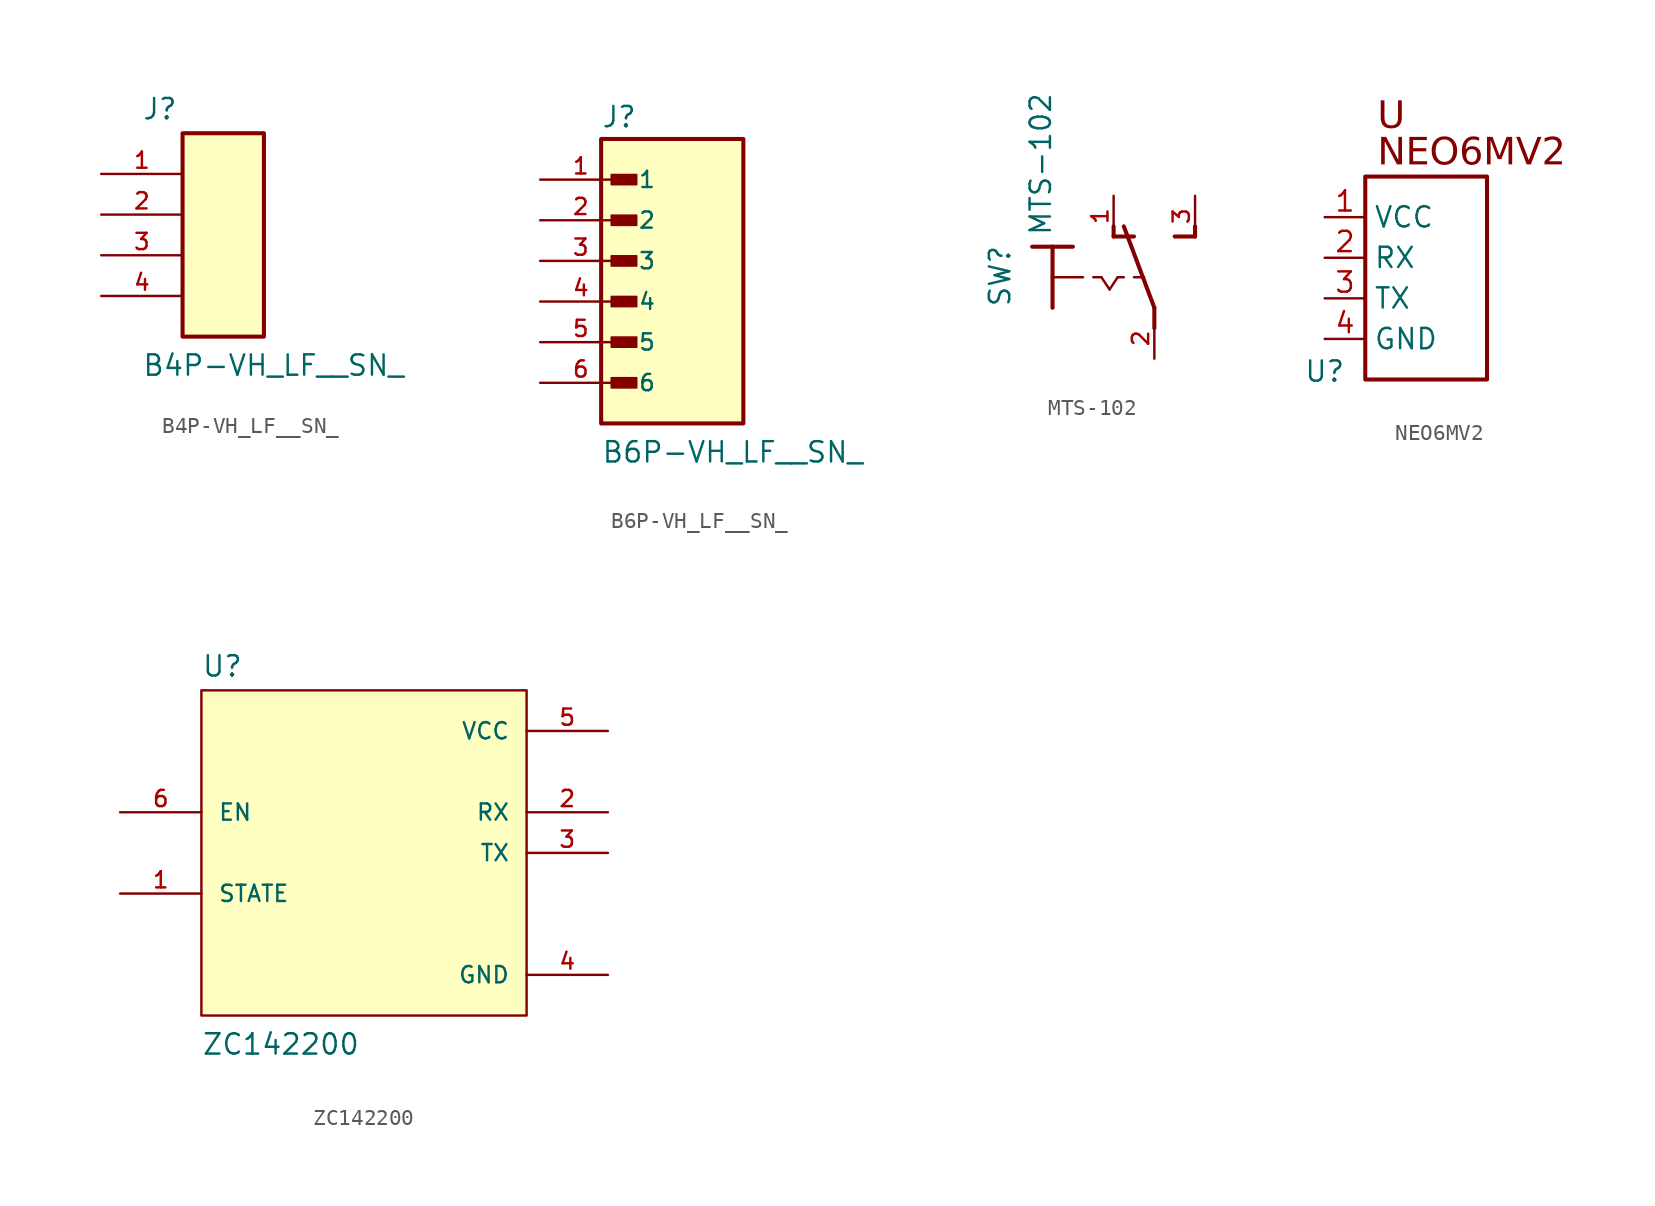
<source format=kicad_sym>
(kicad_symbol_lib
  (version 20231120)
  (generator "kicad_symbol_editor")
  (generator_version "8.0")
  (symbol "B4P-VH_LF__SN_"
    (pin_names
      (offset 1.016))
    (property "Reference" "J"
      (at -5.083 5.852 0)
      (effects (font (size 1.27 1.27)) (justify left bottom)))
    (property "Value" "B4P-VH_LF__SN_"
      (at -5.085 -10.16 0)
      (effects (font (size 1.27 1.27)) (justify left bottom)))
    (symbol "B4P-VH_LF__SN__0_0"
      (rectangle (start -2.54 5.08) (end 2.54 -7.62) (stroke (width 0.254) (type default)) (fill (type background)))
      (pin passive line (at -7.62 2.54 0) (length 5.08) (name "~" (effects (font (size 1.016 1.016)))) (number "1" (effects (font (size 1.016 1.016)))))
      (pin passive line (at -7.62 0 0) (length 5.08) (name "~" (effects (font (size 1.016 1.016)))) (number "2" (effects (font (size 1.016 1.016)))))
      (pin passive line (at -7.62 -2.54 0) (length 5.08) (name "~" (effects (font (size 1.016 1.016)))) (number "3" (effects (font (size 1.016 1.016)))))
      (pin passive line (at -7.62 -5.08 0) (length 5.08) (name "~" (effects (font (size 1.016 1.016)))) (number "4" (effects (font (size 1.016 1.016)))))))
  (symbol "B6P-VH_LF__SN_"
    (pin_names
      (offset 1.016))
    (property "Reference" "J"
      (at -3.81 8.255 0)
      (effects (font (size 1.27 1.27)) (justify left bottom)))
    (property "Value" "B6P-VH_LF__SN_"
      (at -3.81 -12.7 0)
      (effects (font (size 1.27 1.27)) (justify left bottom)))
    (symbol "B6P-VH_LF__SN__0_0"
      (rectangle (start -3.81 -10.16) (end 5.08 7.62) (stroke (width 0.254) (type default)) (fill (type background)))
      (rectangle (start -3.175 -7.938) (end -1.587 -7.303) (stroke (width 0.1) (type default)) (fill (type outline)))
      (rectangle (start -3.175 -5.397) (end -1.587 -4.763) (stroke (width 0.1) (type default)) (fill (type outline)))
      (rectangle (start -3.175 -2.857) (end -1.587 -2.223) (stroke (width 0.1) (type default)) (fill (type outline)))
      (rectangle (start -3.175 -0.318) (end -1.587 0.318) (stroke (width 0.1) (type default)) (fill (type outline)))
      (rectangle (start -3.175 2.223) (end -1.587 2.857) (stroke (width 0.1) (type default)) (fill (type outline)))
      (rectangle (start -3.175 4.763) (end -1.587 5.397) (stroke (width 0.1) (type default)) (fill (type outline)))
      (pin passive line (at -7.62 5.08 0) (length 5.08) (name "1" (effects (font (size 1.016 1.016)))) (number "1" (effects (font (size 1.016 1.016)))))
      (pin passive line (at -7.62 2.54 0) (length 5.08) (name "2" (effects (font (size 1.016 1.016)))) (number "2" (effects (font (size 1.016 1.016)))))
      (pin passive line (at -7.62 0 0) (length 5.08) (name "3" (effects (font (size 1.016 1.016)))) (number "3" (effects (font (size 1.016 1.016)))))
      (pin passive line (at -7.62 -2.54 0) (length 5.08) (name "4" (effects (font (size 1.016 1.016)))) (number "4" (effects (font (size 1.016 1.016)))))
      (pin passive line (at -7.62 -5.08 0) (length 5.08) (name "5" (effects (font (size 1.016 1.016)))) (number "5" (effects (font (size 1.016 1.016)))))
      (pin passive line (at -7.62 -7.62 0) (length 5.08) (name "6" (effects (font (size 1.016 1.016)))) (number "6" (effects (font (size 1.016 1.016)))))))
  (symbol "MTS-102"
    (pin_names
      (offset 1.016))
    (property "Reference" "SW"
      (at -6.35 -1.905 90)
      (effects (font (size 1.27 1.27)) (justify left bottom)))
    (property "Value" "MTS-102"
      (at -3.81 2.54 90)
      (effects (font (size 1.27 1.27)) (justify left bottom)))
    (symbol "MTS-102_0_0"
      (polyline (pts (xy -5.08 1.905) (xy -3.81 1.905)) (stroke (width 0.254) (type default)) (fill (type none)))
      (polyline (pts (xy -3.81 0) (xy -3.81 -1.905)) (stroke (width 0.254) (type default)) (fill (type none)))
      (polyline (pts (xy -3.81 0) (xy -1.905 0)) (stroke (width 0.152) (type default)) (fill (type none)))
      (polyline (pts (xy -3.81 1.905) (xy -3.81 0)) (stroke (width 0.254) (type default)) (fill (type none)))
      (polyline (pts (xy -3.81 1.905) (xy -2.54 1.905)) (stroke (width 0.254) (type default)) (fill (type none)))
      (polyline (pts (xy -1.27 0) (xy -0.762 0)) (stroke (width 0.152) (type default)) (fill (type none)))
      (polyline (pts (xy -0.762 0) (xy -0.254 -0.762)) (stroke (width 0.152) (type default)) (fill (type none)))
      (polyline (pts (xy -0.254 -0.762) (xy 0.254 0)) (stroke (width 0.152) (type default)) (fill (type none)))
      (polyline (pts (xy 0 2.54) (xy 0 3.175)) (stroke (width 0.254) (type default)) (fill (type none)))
      (polyline (pts (xy 0 2.54) (xy 1.27 2.54)) (stroke (width 0.254) (type default)) (fill (type none)))
      (polyline (pts (xy 0.254 0) (xy 0.635 0)) (stroke (width 0.152) (type default)) (fill (type none)))
      (polyline (pts (xy 1.27 0) (xy 1.905 0)) (stroke (width 0.152) (type default)) (fill (type none)))
      (polyline (pts (xy 2.54 -3.175) (xy 2.54 -1.905)) (stroke (width 0.254) (type default)) (fill (type none)))
      (polyline (pts (xy 2.54 -1.905) (xy 0.635 3.175)) (stroke (width 0.254) (type default)) (fill (type none)))
      (polyline (pts (xy 3.81 2.54) (xy 5.08 2.54)) (stroke (width 0.254) (type default)) (fill (type none)))
      (polyline (pts (xy 5.08 2.54) (xy 5.08 3.175)) (stroke (width 0.254) (type default)) (fill (type none)))
      (pin passive line (at 0 5.08 270) (length 2.54) (name "~" (effects (font (size 1.016 1.016)))) (number "1" (effects (font (size 1.016 1.016)))))
      (pin passive line (at 2.54 -5.08 90) (length 2.54) (name "~" (effects (font (size 1.016 1.016)))) (number "2" (effects (font (size 1.016 1.016)))))
      (pin passive line (at 5.08 5.08 270) (length 2.54) (name "~" (effects (font (size 1.016 1.016)))) (number "3" (effects (font (size 1.016 1.016)))))))
  (symbol "NEO6MV2"
    (property "Reference" "U"
      (at 0 -2.032 0)
      (effects (font (size 1.27 1.27))))
    (property "Value" ""
      (at 0 0 0)
      (effects (font (size 1.27 1.27))))
    (symbol "NEO6MV2_0_0"
      (rectangle (start 2.54 10.16) (end 10.16 -2.54) (stroke (width 0.254) (type solid)) (fill (type none)))
      (text "NEO6MV2" (at 3.302 12.611 0) (effects (font (face "Arial") (size 1.689 1.689)) (justify left top)))
      (text "U" (at 3.302 14.897 0) (effects (font (face "Arial") (size 1.689 1.689)) (justify left top)))
      (pin passive line (at 0 7.62 0) (length 2.54) (name "VCC" (effects (font (size 1.27 1.27)))) (number "1" (effects (font (size 1.27 1.27)))))
      (pin input line (at 0 5.08 0) (length 2.54) (name "RX" (effects (font (size 1.27 1.27)))) (number "2" (effects (font (size 1.27 1.27)))))
      (pin output line (at 0 2.54 0) (length 2.54) (name "TX" (effects (font (size 1.27 1.27)))) (number "3" (effects (font (size 1.27 1.27)))))
      (pin passive line (at 0 0 0) (length 2.54) (name "GND" (effects (font (size 1.27 1.27)))) (number "4" (effects (font (size 1.27 1.27)))))))
  (symbol "ZC142200"
    (pin_names
      (offset 1.016))
    (property "Reference" "U"
      (at -10.16 10.922 0)
      (effects (font (size 1.27 1.27)) (justify left bottom)))
    (property "Value" "ZC142200"
      (at -10.16 -12.7 0)
      (effects (font (size 1.27 1.27)) (justify left bottom)))
    (symbol "ZC142200_0_0"
      (rectangle (start -10.16 10.16) (end 10.16 -10.16) (stroke (width 0.152) (type default)) (fill (type background)))
      (pin input line (at -15.24 -2.54 0) (length 5.08) (name "STATE" (effects (font (size 1.016 1.016)))) (number "1" (effects (font (size 1.016 1.016)))))
      (pin input line (at 15.24 2.54 180) (length 5.08) (name "RX" (effects (font (size 1.016 1.016)))) (number "2" (effects (font (size 1.016 1.016)))))
      (pin output line (at 15.24 0 180) (length 5.08) (name "TX" (effects (font (size 1.016 1.016)))) (number "3" (effects (font (size 1.016 1.016)))))
      (pin power_in line (at 15.24 -7.62 180) (length 5.08) (name "GND" (effects (font (size 1.016 1.016)))) (number "4" (effects (font (size 1.016 1.016)))))
      (pin power_in line (at 15.24 7.62 180) (length 5.08) (name "VCC" (effects (font (size 1.016 1.016)))) (number "5" (effects (font (size 1.016 1.016)))))
      (pin input line (at -15.24 2.54 0) (length 5.08) (name "EN" (effects (font (size 1.016 1.016)))) (number "6" (effects (font (size 1.016 1.016))))))))
</source>
